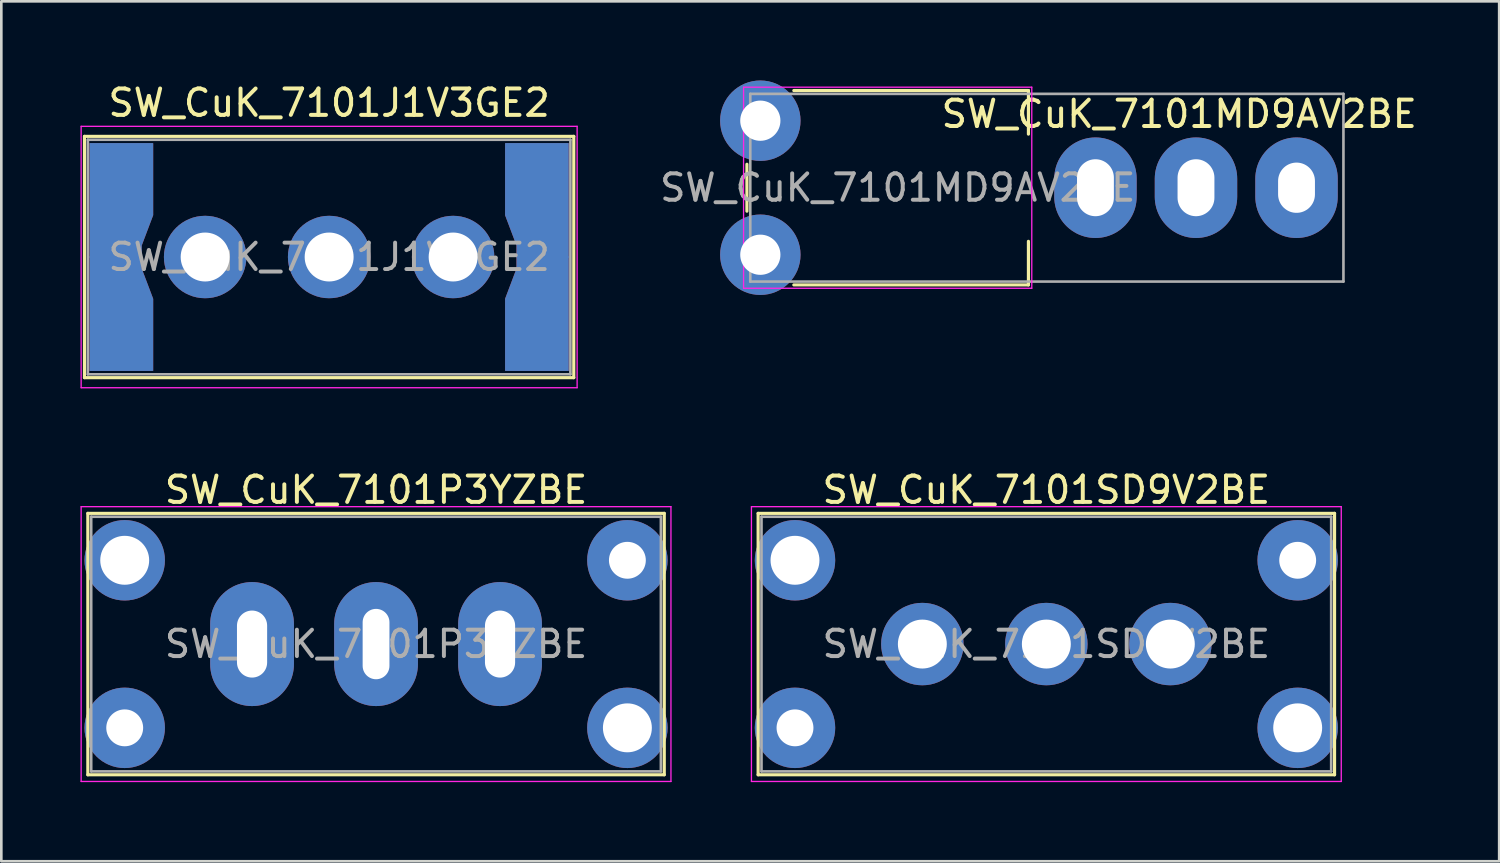
<source format=kicad_pcb>
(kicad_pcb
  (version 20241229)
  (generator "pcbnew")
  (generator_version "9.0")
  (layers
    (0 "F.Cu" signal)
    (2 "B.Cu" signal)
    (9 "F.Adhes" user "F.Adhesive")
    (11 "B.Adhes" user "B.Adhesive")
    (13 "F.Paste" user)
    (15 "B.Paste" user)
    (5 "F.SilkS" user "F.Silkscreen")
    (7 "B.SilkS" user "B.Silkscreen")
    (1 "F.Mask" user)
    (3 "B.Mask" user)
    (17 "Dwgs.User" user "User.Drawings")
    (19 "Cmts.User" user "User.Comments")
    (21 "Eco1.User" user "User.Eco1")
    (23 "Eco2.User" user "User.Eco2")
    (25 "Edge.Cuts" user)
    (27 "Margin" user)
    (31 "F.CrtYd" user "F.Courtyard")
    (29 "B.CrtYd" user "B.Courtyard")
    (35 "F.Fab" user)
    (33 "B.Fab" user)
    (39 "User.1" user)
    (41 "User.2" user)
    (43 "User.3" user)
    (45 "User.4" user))
  (footprint "SW_CuK_7101J1V3GE2"
    (layer "F.Cu")
    (at 4.724 6.69)
    (property "Reference" "SW_CuK_7101J1V3GE2" (at 4.699 -5.842 0) (layer "F.SilkS") (effects (font (size 1 1) (thickness 0.15))))
    (attr through_hole)
    (fp_line (start -4.572 -4.572) (end -4.572 4.572) (stroke (width 0.12) (type solid)) (layer "F.SilkS"))
    (fp_line (start 13.97 -4.572) (end -4.572 -4.572) (stroke (width 0.12) (type solid)) (layer "F.SilkS"))
    (fp_line (start 13.97 -4.572) (end 13.97 4.572) (stroke (width 0.12) (type solid)) (layer "F.SilkS"))
    (fp_line (start 13.97 4.572) (end -4.572 4.572) (stroke (width 0.12) (type solid)) (layer "F.SilkS"))
    (fp_line (start -4.699 -4.953) (end 14.097 -4.953) (stroke (width 0.05) (type solid)) (layer "F.CrtYd"))
    (fp_line (start -4.699 4.953) (end -4.699 -4.953) (stroke (width 0.05) (type solid)) (layer "F.CrtYd"))
    (fp_line (start 14.097 -4.953) (end 14.097 4.953) (stroke (width 0.05) (type solid)) (layer "F.CrtYd"))
    (fp_line (start 14.097 4.953) (end -4.699 4.953) (stroke (width 0.05) (type solid)) (layer "F.CrtYd"))
    (fp_line (start -4.445 -4.445) (end 13.843 -4.445) (stroke (width 0.1) (type solid)) (layer "F.Fab"))
    (fp_line (start -4.445 4.445) (end -4.445 -4.445) (stroke (width 0.1) (type solid)) (layer "F.Fab"))
    (fp_line (start 13.843 -4.445) (end 13.843 4.445) (stroke (width 0.1) (type solid)) (layer "F.Fab"))
    (fp_line (start 13.843 4.445) (end -4.445 4.445) (stroke (width 0.1) (type solid)) (layer "F.Fab"))
    (fp_text user "${REFERENCE}" (at 4.699 0 0) (layer "F.Fab") (effects (font (size 1 1) (thickness 0.15))))
    (pad "0" thru_hole custom (at -3.175 -1.587 180) (size 0.001 0.001) (drill 1.854) (layers "*.Cu" "*.Mask") (options (anchor rect)) (primitives (gr_poly (pts (xy 1.194 2.718) (xy 1.194 -1.6) (xy -0.762 -1.6) (xy -0.762 -1.143) (xy -1.194 0) (xy -1.194 2.718)) (width 0.025) (fill yes))))
    (pad "0" thru_hole custom (at -3.175 1.587 180) (size 0.001 0.001) (drill 1.397) (layers "*.Cu" "*.Mask") (options (anchor rect)) (primitives (gr_poly (pts (xy 1.194 -2.718) (xy 1.194 1.6) (xy -0.762 1.6) (xy -0.762 1.143) (xy -1.194 0) (xy -1.194 -2.718)) (width 0.025) (fill yes))))
    (pad "0" thru_hole custom (at 12.573 -1.587) (size 0.001 0.001) (drill 1.397) (layers "*.Cu" "*.Mask") (options (anchor rect)) (primitives (gr_poly (pts (xy 1.194 -2.718) (xy 1.194 1.6) (xy -0.762 1.6) (xy -0.762 1.143) (xy -1.194 0) (xy -1.194 -2.718)) (width 0.025) (fill yes))))
    (pad "0" thru_hole custom (at 12.573 1.587) (size 0.001 0.001) (drill 1.854) (layers "*.Cu" "*.Mask") (options (anchor rect)) (primitives (gr_poly (pts (xy 1.194 2.718) (xy 1.194 -1.6) (xy -0.762 -1.6) (xy -0.762 -1.143) (xy -1.194 0) (xy -1.194 2.718)) (width 0.025) (fill yes))))
    (pad "1" thru_hole circle (at 0 0) (size 3.124 3.124) (drill 1.854) (layers "*.Cu" "*.Mask"))
    (pad "2" thru_hole circle (at 4.699 0) (size 3.124 3.124) (drill 1.854) (layers "*.Cu" "*.Mask"))
    (pad "3" thru_hole circle (at 9.398 0) (size 3.124 3.124) (drill 1.854) (layers "*.Cu" "*.Mask")))
  (footprint "SW_CuK_7101MD9AV2BE"
    (layer "F.Cu")
    (at 38.464 4.064)
    (property "Reference" "SW_CuK_7101MD9AV2BE" (at 3.175 -2.794 0) (layer "F.SilkS") (effects (font (size 1 1) (thickness 0.15))))
    (attr through_hole)
    (fp_line (start -13.208 -0.889) (end -13.208 0.889) (stroke (width 0.12) (type solid)) (layer "F.SilkS"))
    (fp_line (start -2.54 -3.683) (end -11.43 -3.683) (stroke (width 0.12) (type solid)) (layer "F.SilkS"))
    (fp_line (start -2.54 -3.683) (end -2.54 -2.032) (stroke (width 0.12) (type solid)) (layer "F.SilkS"))
    (fp_line (start -2.54 2.032) (end -2.54 3.683) (stroke (width 0.12) (type solid)) (layer "F.SilkS"))
    (fp_line (start -2.54 3.683) (end -11.43 3.683) (stroke (width 0.12) (type solid)) (layer "F.SilkS"))
    (fp_line (start -13.335 -3.81) (end -2.413 -3.81) (stroke (width 0.05) (type solid)) (layer "F.CrtYd"))
    (fp_line (start -13.335 3.81) (end -13.335 -3.81) (stroke (width 0.05) (type solid)) (layer "F.CrtYd"))
    (fp_line (start -2.413 -3.81) (end -2.413 3.81) (stroke (width 0.05) (type solid)) (layer "F.CrtYd"))
    (fp_line (start -2.413 3.81) (end -13.335 3.81) (stroke (width 0.05) (type solid)) (layer "F.CrtYd"))
    (fp_line (start -13.081 -3.556) (end 9.398 -3.556) (stroke (width 0.1) (type solid)) (layer "F.Fab"))
    (fp_line (start -13.081 3.556) (end -13.081 -3.556) (stroke (width 0.1) (type solid)) (layer "F.Fab"))
    (fp_line (start 9.398 -3.556) (end 9.398 3.556) (stroke (width 0.1) (type solid)) (layer "F.Fab"))
    (fp_line (start 9.398 3.556) (end -13.081 3.556) (stroke (width 0.1) (type solid)) (layer "F.Fab"))
    (fp_text user "${REFERENCE}" (at -7.493 0 0) (layer "F.Fab") (effects (font (size 1 1) (thickness 0.15))))
    (pad "0" thru_hole circle (at -12.7 -2.54) (size 3.048 3.048) (drill 1.524) (layers "*.Cu" "*.Mask"))
    (pad "0" thru_hole circle (at -12.7 2.54) (size 3.048 3.048) (drill 1.524) (layers "*.Cu" "*.Mask"))
    (pad "1" thru_hole oval (at 0 0) (size 3.124 3.81) (drill oval 1.397 2.159) (layers "*.Cu" "*.Mask"))
    (pad "2" thru_hole oval (at 3.81 0) (size 3.124 3.81) (drill oval 1.397 2.159) (layers "*.Cu" "*.Mask"))
    (pad "3" thru_hole oval (at 7.62 0) (size 3.124 3.81) (drill oval 1.397 1.905) (layers "*.Cu" "*.Mask")))
  (footprint "SW_CuK_7101P3YZBE"
    (layer "F.Cu")
    (at 6.502 21.358)
    (property "Reference" "SW_CuK_7101P3YZBE" (at 4.699 -5.842 0) (layer "F.SilkS") (effects (font (size 1 1) (thickness 0.15))))
    (attr through_hole)
    (fp_line (start -6.223 -4.953) (end -6.223 4.953) (stroke (width 0.12) (type solid)) (layer "F.SilkS"))
    (fp_line (start 15.621 -4.953) (end -6.223 -4.953) (stroke (width 0.12) (type solid)) (layer "F.SilkS"))
    (fp_line (start 15.621 -4.953) (end 15.621 4.953) (stroke (width 0.12) (type solid)) (layer "F.SilkS"))
    (fp_line (start 15.621 4.953) (end -6.223 4.953) (stroke (width 0.12) (type solid)) (layer "F.SilkS"))
    (fp_line (start -6.477 -5.207) (end 15.875 -5.207) (stroke (width 0.05) (type solid)) (layer "F.CrtYd"))
    (fp_line (start -6.477 5.207) (end -6.477 -5.207) (stroke (width 0.05) (type solid)) (layer "F.CrtYd"))
    (fp_line (start 15.875 -5.207) (end 15.875 5.207) (stroke (width 0.05) (type solid)) (layer "F.CrtYd"))
    (fp_line (start 15.875 5.207) (end -6.477 5.207) (stroke (width 0.05) (type solid)) (layer "F.CrtYd"))
    (fp_line (start -6.096 -4.826) (end 15.494 -4.826) (stroke (width 0.1) (type solid)) (layer "F.Fab"))
    (fp_line (start -6.096 4.826) (end -6.096 -4.826) (stroke (width 0.1) (type solid)) (layer "F.Fab"))
    (fp_line (start 15.494 -4.826) (end 15.494 4.826) (stroke (width 0.1) (type solid)) (layer "F.Fab"))
    (fp_line (start 15.494 4.826) (end -6.096 4.826) (stroke (width 0.1) (type solid)) (layer "F.Fab"))
    (fp_text user "${REFERENCE}" (at 4.699 0 0) (layer "F.Fab") (effects (font (size 1 1) (thickness 0.15))))
    (pad "0" thru_hole circle (at -4.826 -3.175) (size 3.048 3.048) (drill 1.854) (layers "*.Cu" "*.Mask"))
    (pad "0" thru_hole circle (at -4.826 3.175) (size 3.048 3.048) (drill 1.397) (layers "*.Cu" "*.Mask"))
    (pad "0" thru_hole circle (at 14.224 -3.175) (size 3.048 3.048) (drill 1.397) (layers "*.Cu" "*.Mask"))
    (pad "0" thru_hole circle (at 14.224 3.175) (size 3.048 3.048) (drill 1.854) (layers "*.Cu" "*.Mask"))
    (pad "1" thru_hole oval (at 0 0) (size 3.175 4.699) (drill oval 1.143 2.54) (layers "*.Cu" "*.Mask"))
    (pad "2" thru_hole oval (at 4.699 0) (size 3.175 4.699) (drill oval 1.016 2.667) (layers "*.Cu" "*.Mask"))
    (pad "3" thru_hole oval (at 9.398 0) (size 3.175 4.699) (drill oval 1.143 2.54) (layers "*.Cu" "*.Mask")))
  (footprint "SW_CuK_7101SD9V2BE"
    (layer "F.Cu")
    (at 31.904 21.358)
    (property "Reference" "SW_CuK_7101SD9V2BE" (at 4.699 -5.842 0) (layer "F.SilkS") (effects (font (size 1 1) (thickness 0.15))))
    (attr through_hole)
    (fp_line (start -6.223 -4.953) (end -6.223 4.953) (stroke (width 0.12) (type solid)) (layer "F.SilkS"))
    (fp_line (start 15.621 -4.953) (end -6.223 -4.953) (stroke (width 0.12) (type solid)) (layer "F.SilkS"))
    (fp_line (start 15.621 -4.953) (end 15.621 4.953) (stroke (width 0.12) (type solid)) (layer "F.SilkS"))
    (fp_line (start 15.621 4.953) (end -6.223 4.953) (stroke (width 0.12) (type solid)) (layer "F.SilkS"))
    (fp_line (start -6.477 -5.207) (end 15.875 -5.207) (stroke (width 0.05) (type solid)) (layer "F.CrtYd"))
    (fp_line (start -6.477 5.207) (end -6.477 -5.207) (stroke (width 0.05) (type solid)) (layer "F.CrtYd"))
    (fp_line (start 15.875 -5.207) (end 15.875 5.207) (stroke (width 0.05) (type solid)) (layer "F.CrtYd"))
    (fp_line (start 15.875 5.207) (end -6.477 5.207) (stroke (width 0.05) (type solid)) (layer "F.CrtYd"))
    (fp_line (start -6.096 -4.826) (end 15.494 -4.826) (stroke (width 0.1) (type solid)) (layer "F.Fab"))
    (fp_line (start -6.096 4.826) (end -6.096 -4.826) (stroke (width 0.1) (type solid)) (layer "F.Fab"))
    (fp_line (start 15.494 -4.826) (end 15.494 4.826) (stroke (width 0.1) (type solid)) (layer "F.Fab"))
    (fp_line (start 15.494 4.826) (end -6.096 4.826) (stroke (width 0.1) (type solid)) (layer "F.Fab"))
    (fp_text user "${REFERENCE}" (at 4.699 0 0) (layer "F.Fab") (effects (font (size 1 1) (thickness 0.15))))
    (pad "0" thru_hole circle (at -4.826 -3.175) (size 3.048 3.048) (drill 1.854) (layers "*.Cu" "*.Mask"))
    (pad "0" thru_hole circle (at -4.826 3.175) (size 3.048 3.048) (drill 1.397) (layers "*.Cu" "*.Mask"))
    (pad "0" thru_hole circle (at 14.224 -3.175) (size 3.048 3.048) (drill 1.397) (layers "*.Cu" "*.Mask"))
    (pad "0" thru_hole circle (at 14.224 3.175) (size 3.048 3.048) (drill 1.854) (layers "*.Cu" "*.Mask"))
    (pad "1" thru_hole circle (at 0 0) (size 3.124 3.124) (drill 1.854) (layers "*.Cu" "*.Mask"))
    (pad "2" thru_hole circle (at 4.699 0) (size 3.124 3.124) (drill 1.854) (layers "*.Cu" "*.Mask"))
    (pad "3" thru_hole circle (at 9.398 0) (size 3.124 3.124) (drill 1.854) (layers "*.Cu" "*.Mask")))
  (gr_rect
    (start -3 -3)
    (end 53.764 29.59)
    (stroke (width 0.1) (type default))
    (fill no)
    (layer "Edge.Cuts")))
</source>
